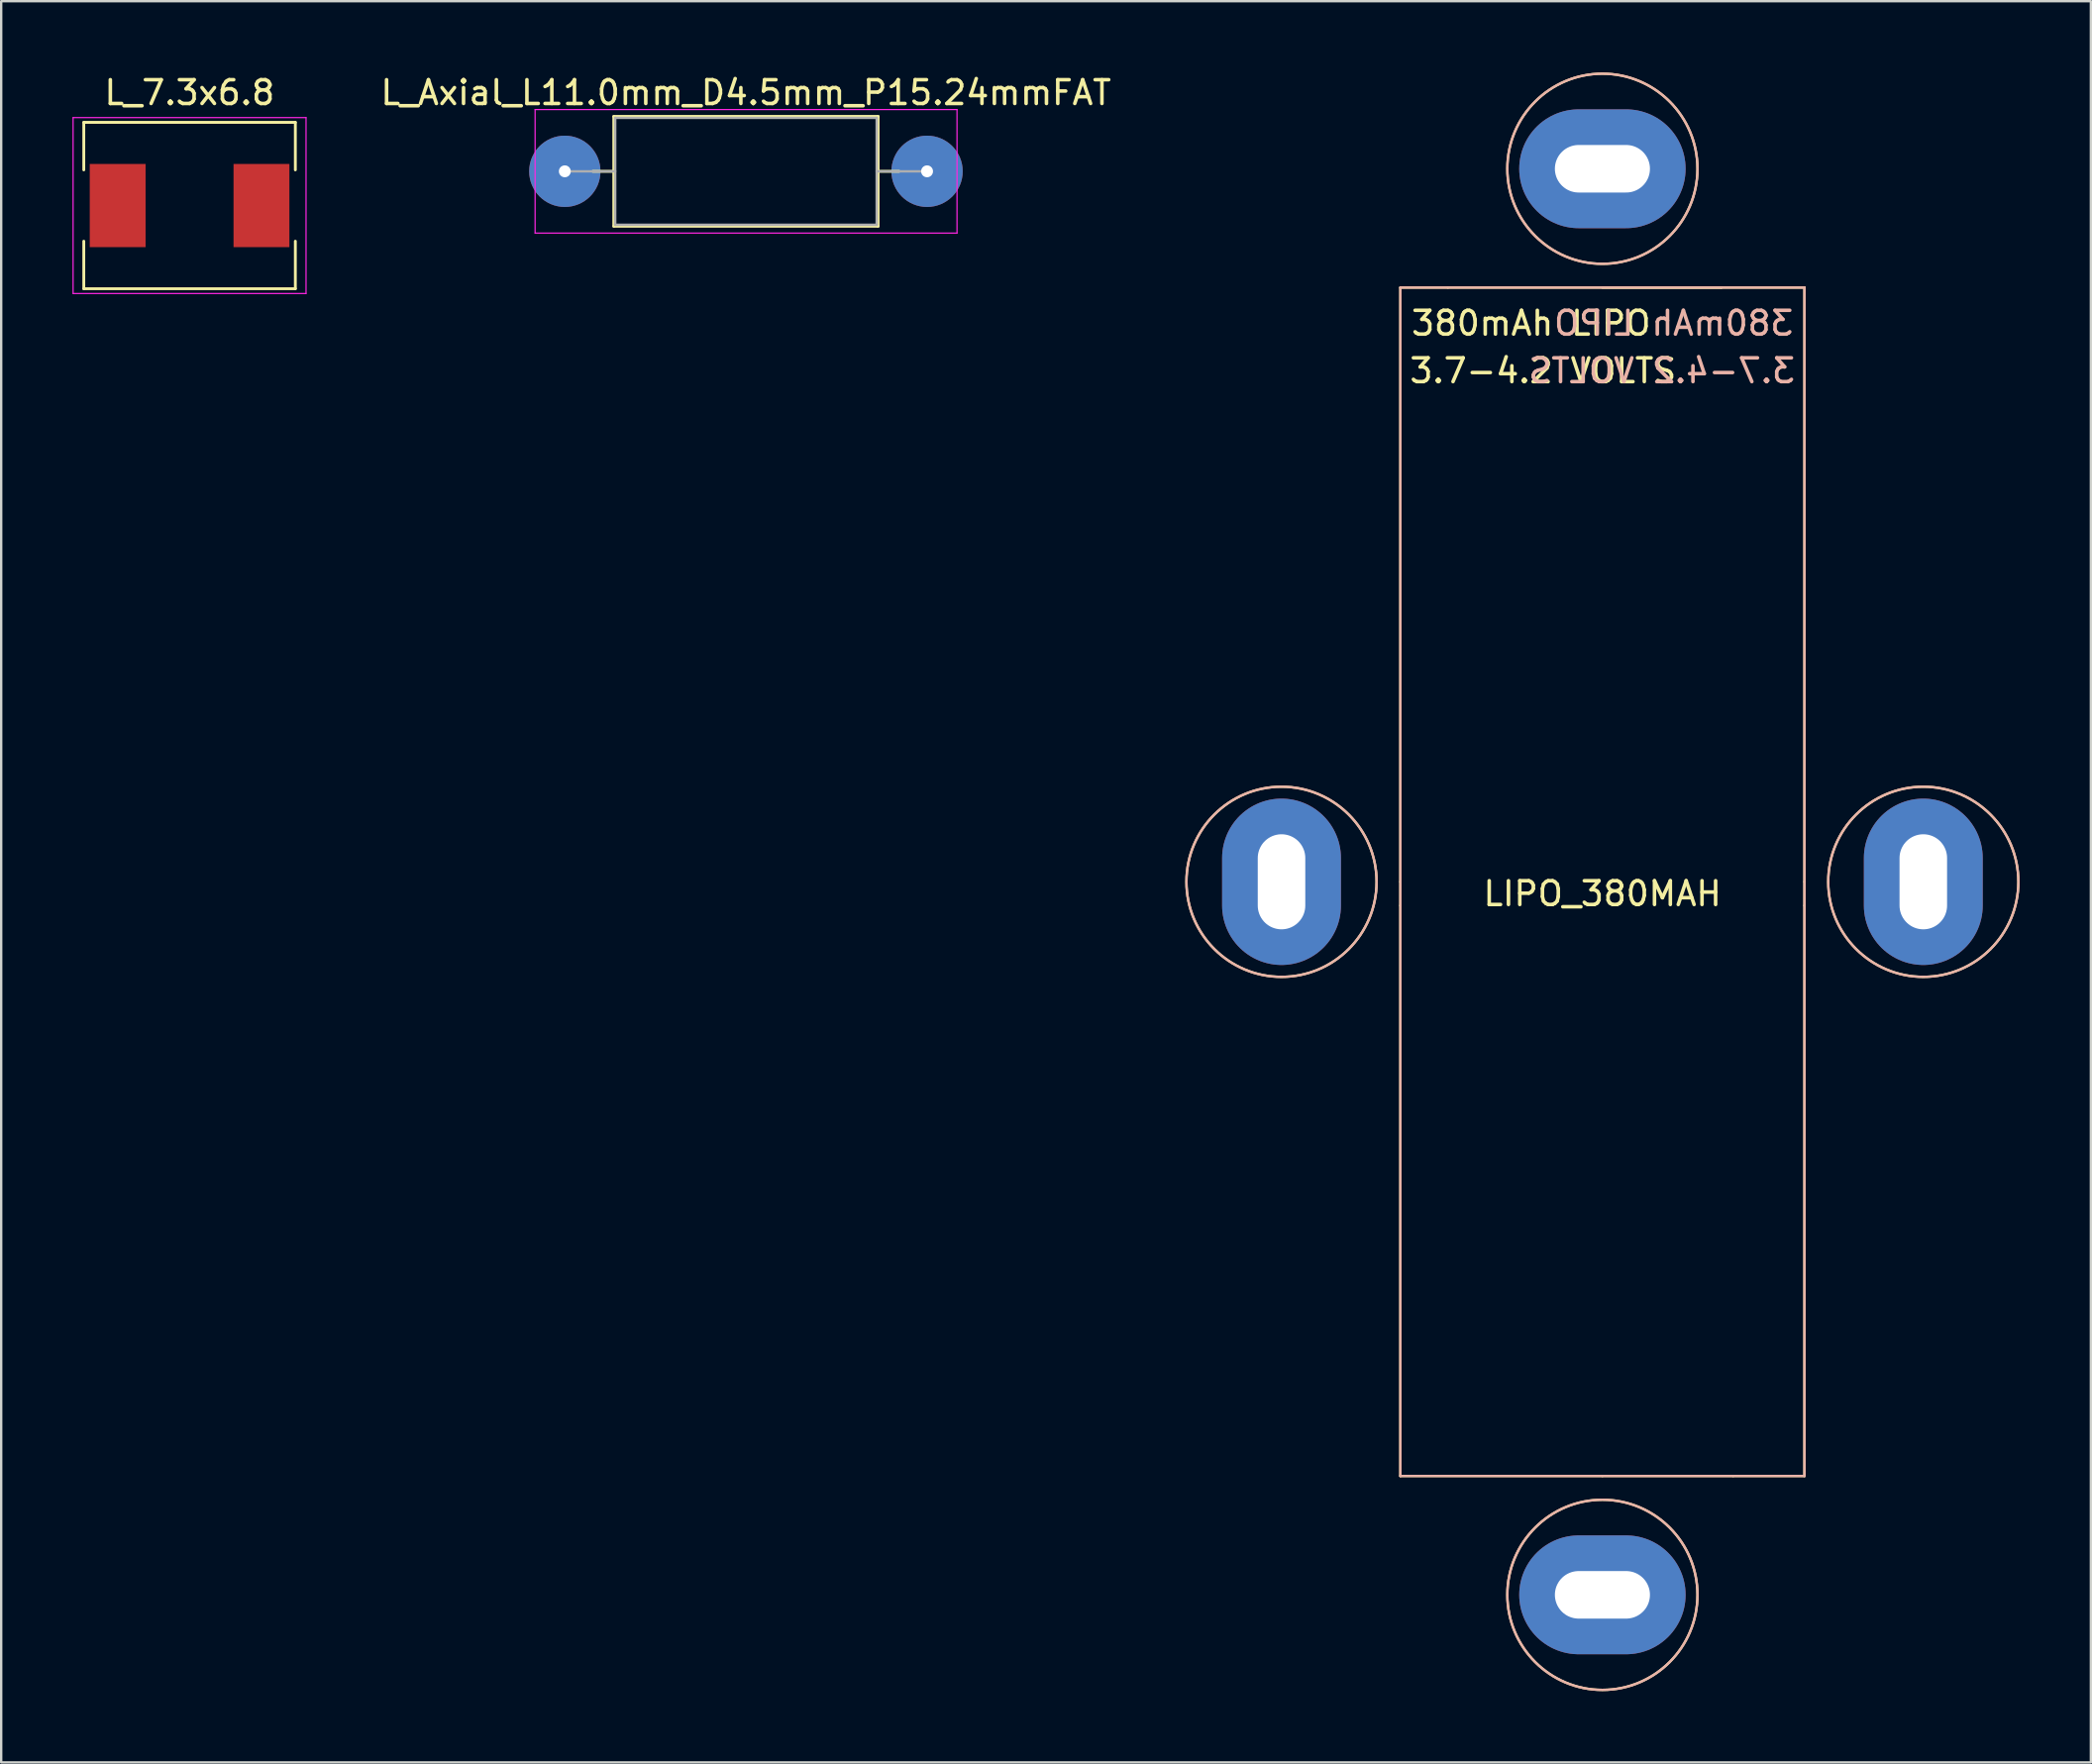
<source format=kicad_pcb>
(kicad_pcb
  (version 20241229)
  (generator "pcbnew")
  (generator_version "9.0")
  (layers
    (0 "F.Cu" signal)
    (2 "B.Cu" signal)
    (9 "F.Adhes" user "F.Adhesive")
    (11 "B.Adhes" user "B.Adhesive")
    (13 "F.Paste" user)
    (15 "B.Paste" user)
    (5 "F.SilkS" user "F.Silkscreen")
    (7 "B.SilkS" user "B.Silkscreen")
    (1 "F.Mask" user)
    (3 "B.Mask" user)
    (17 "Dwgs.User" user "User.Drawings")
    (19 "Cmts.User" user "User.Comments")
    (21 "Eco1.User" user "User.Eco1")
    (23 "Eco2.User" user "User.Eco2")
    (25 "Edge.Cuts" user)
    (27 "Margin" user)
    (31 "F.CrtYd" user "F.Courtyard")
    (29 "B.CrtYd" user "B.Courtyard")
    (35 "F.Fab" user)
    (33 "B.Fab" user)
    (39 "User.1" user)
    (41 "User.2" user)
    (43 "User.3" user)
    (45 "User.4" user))
  (footprint "L_7.3x6.8"
    (layer "F.Cu")
    (at 4.925 5.598)
    (property "Reference" "L_7.3x6.8" (at 0 -4.75 0) (layer "F.SilkS") (effects (font (size 1 1) (thickness 0.15))))
    (attr smd)
    (fp_line (start -4.45 -3.5) (end 4.45 -3.5) (stroke (width 0.12) (type solid)) (layer "F.SilkS"))
    (fp_line (start -4.45 -1.5) (end -4.45 -3.5) (stroke (width 0.12) (type solid)) (layer "F.SilkS"))
    (fp_line (start -4.45 3.5) (end -4.45 1.5) (stroke (width 0.12) (type solid)) (layer "F.SilkS"))
    (fp_line (start 4.45 -3.5) (end 4.45 -1.5) (stroke (width 0.12) (type solid)) (layer "F.SilkS"))
    (fp_line (start 4.45 1.5) (end 4.45 3.5) (stroke (width 0.12) (type solid)) (layer "F.SilkS"))
    (fp_line (start 4.45 3.5) (end -4.45 3.5) (stroke (width 0.12) (type solid)) (layer "F.SilkS"))
    (fp_line (start -4.9 -3.7) (end -4.9 3.7) (stroke (width 0.05) (type solid)) (layer "F.CrtYd"))
    (fp_line (start -4.9 3.7) (end 4.9 3.7) (stroke (width 0.05) (type solid)) (layer "F.CrtYd"))
    (fp_line (start 4.9 -3.7) (end -4.9 -3.7) (stroke (width 0.05) (type solid)) (layer "F.CrtYd"))
    (fp_line (start 4.9 3.7) (end 4.9 -3.7) (stroke (width 0.05) (type solid)) (layer "F.CrtYd"))
    (pad "1" smd rect (at -3.025 0) (size 2.35 3.5) (layers "F.Cu" "F.Mask" "F.Paste"))
    (pad "2" smd rect (at 3.025 0) (size 2.35 3.5) (layers "F.Cu" "F.Mask" "F.Paste")))
  (footprint "LIPO_380MAH"
    (layer "F.Cu")
    (at 64.364 34.05)
    (property "Reference" "LIPO_380MAH" (at 0 0.5 0) (layer "F.SilkS") (effects (font (size 1 1) (thickness 0.15))))
    (attr through_hole)
    (fp_line (start -8.5 -25) (end -6.5 -25) (stroke (width 0.1) (type solid)) (layer "F.SilkS"))
    (fp_line (start -8.5 0) (end -8.5 -25) (stroke (width 0.1) (type solid)) (layer "F.SilkS"))
    (fp_line (start -8.5 0) (end -8.5 1) (stroke (width 0.1) (type solid)) (layer "F.SilkS"))
    (fp_line (start -8.5 1) (end -8.5 25) (stroke (width 0.1) (type solid)) (layer "F.SilkS"))
    (fp_line (start -8.5 25) (end 0 25) (stroke (width 0.1) (type solid)) (layer "F.SilkS"))
    (fp_line (start 0 -25) (end 5 -25) (stroke (width 0.1) (type solid)) (layer "F.SilkS"))
    (fp_line (start 0 25) (end 5.5 25) (stroke (width 0.1) (type solid)) (layer "F.SilkS"))
    (fp_line (start 5 -25) (end -6.5 -25) (stroke (width 0.1) (type solid)) (layer "F.SilkS"))
    (fp_line (start 8.5 -25) (end 5 -25) (stroke (width 0.1) (type solid)) (layer "F.SilkS"))
    (fp_line (start 8.5 0) (end 8.5 -25) (stroke (width 0.1) (type solid)) (layer "F.SilkS"))
    (fp_line (start 8.5 0) (end 8.5 1) (stroke (width 0.1) (type solid)) (layer "F.SilkS"))
    (fp_line (start 8.5 1) (end 8.5 25) (stroke (width 0.1) (type solid)) (layer "F.SilkS"))
    (fp_line (start 8.5 25) (end 5.5 25) (stroke (width 0.1) (type solid)) (layer "F.SilkS"))
    (fp_circle (center -13.5 0) (end -9.5 0) (stroke (width 0.1) (type solid)) (fill no) (layer "F.SilkS"))
    (fp_circle (center 0 -30) (end 4 -30) (stroke (width 0.1) (type solid)) (fill no) (layer "F.SilkS"))
    (fp_circle (center 0 30) (end 4 30) (stroke (width 0.1) (type solid)) (fill no) (layer "F.SilkS"))
    (fp_circle (center 13.5 0) (end 17.5 0) (stroke (width 0.1) (type solid)) (fill no) (layer "F.SilkS"))
    (fp_line (start -8.5 -25) (end 8.5 -25) (stroke (width 0.1) (type solid)) (layer "B.SilkS"))
    (fp_line (start -8.5 25) (end -8.5 -25) (stroke (width 0.1) (type solid)) (layer "B.SilkS"))
    (fp_line (start 8.5 -25) (end 8.5 25) (stroke (width 0.1) (type solid)) (layer "B.SilkS"))
    (fp_line (start 8.5 25) (end -8.5 25) (stroke (width 0.1) (type solid)) (layer "B.SilkS"))
    (fp_circle (center -13.5 0) (end -13.5 -4) (stroke (width 0.1) (type solid)) (fill no) (layer "B.SilkS"))
    (fp_circle (center 0 -30) (end 4 -30) (stroke (width 0.1) (type solid)) (fill no) (layer "B.SilkS"))
    (fp_circle (center 0 30) (end 4 30) (stroke (width 0.1) (type solid)) (fill no) (layer "B.SilkS"))
    (fp_circle (center 13.5 0) (end 13.5 -4) (stroke (width 0.1) (type solid)) (fill no) (layer "B.SilkS"))
    (fp_text user "380mAh LIPO" (at -3 -23.5 0) (layer "F.SilkS") (effects (font (size 1 1) (thickness 0.15))))
    (fp_text user "3.7-4.2 VOLTS" (at -2.5 -21.5 0) (layer "F.SilkS") (effects (font (size 1 1) (thickness 0.15))))
    (fp_text user "3.7-4.2 VOLTS" (at 2.5 -21.5 0) (layer "B.SilkS") (effects (font (size 1 1) (thickness 0.15)) (justify mirror)))
    (fp_text user "380mAh LIPO" (at 3 -23.5 0) (layer "B.SilkS") (effects (font (size 1 1) (thickness 0.15)) (justify mirror)))
    (pad "1" thru_hole oval (at 13.5 0) (size 5 7) (drill oval 2 4) (layers "*.Cu" "*.Mask"))
    (pad "2" thru_hole oval (at -13.5 0) (size 5 7) (drill oval 2 4) (layers "*.Cu" "*.Mask"))
    (pad "3" thru_hole oval (at 0 -30 90) (size 5 7) (drill oval 2 4) (layers "*.Cu" "*.Mask"))
    (pad "4" thru_hole oval (at 0 30 90) (size 5 7) (drill oval 2 4) (layers "*.Cu" "*.Mask")))
  (footprint "L_Axial_L11.0mm_D4.5mm_P15.24mmFAT"
    (layer "F.Cu")
    (at 20.712 4.158)
    (property "Reference" "L_Axial_L11.0mm_D4.5mm_P15.24mmFAT" (at 7.62 -3.31 0) (layer "F.SilkS") (effects (font (size 1 1) (thickness 0.15))))
    (attr through_hole)
    (fp_line (start 1.18 0) (end 2.06 0) (stroke (width 0.12) (type solid)) (layer "F.SilkS"))
    (fp_line (start 2.06 -2.31) (end 2.06 2.31) (stroke (width 0.12) (type solid)) (layer "F.SilkS"))
    (fp_line (start 2.06 2.31) (end 13.18 2.31) (stroke (width 0.12) (type solid)) (layer "F.SilkS"))
    (fp_line (start 13.18 -2.31) (end 2.06 -2.31) (stroke (width 0.12) (type solid)) (layer "F.SilkS"))
    (fp_line (start 13.18 2.31) (end 13.18 -2.31) (stroke (width 0.12) (type solid)) (layer "F.SilkS"))
    (fp_line (start 14.06 0) (end 13.18 0) (stroke (width 0.12) (type solid)) (layer "F.SilkS"))
    (fp_line (start -1.25 -2.6) (end -1.25 2.6) (stroke (width 0.05) (type solid)) (layer "F.CrtYd"))
    (fp_line (start -1.25 2.6) (end 16.5 2.6) (stroke (width 0.05) (type solid)) (layer "F.CrtYd"))
    (fp_line (start 16.5 -2.6) (end -1.25 -2.6) (stroke (width 0.05) (type solid)) (layer "F.CrtYd"))
    (fp_line (start 16.5 2.6) (end 16.5 -2.6) (stroke (width 0.05) (type solid)) (layer "F.CrtYd"))
    (fp_line (start 0 0) (end 2.12 0) (stroke (width 0.1) (type solid)) (layer "F.Fab"))
    (fp_line (start 2.12 -2.25) (end 2.12 2.25) (stroke (width 0.1) (type solid)) (layer "F.Fab"))
    (fp_line (start 2.12 2.25) (end 13.12 2.25) (stroke (width 0.1) (type solid)) (layer "F.Fab"))
    (fp_line (start 13.12 -2.25) (end 2.12 -2.25) (stroke (width 0.1) (type solid)) (layer "F.Fab"))
    (fp_line (start 13.12 2.25) (end 13.12 -2.25) (stroke (width 0.1) (type solid)) (layer "F.Fab"))
    (fp_line (start 15.24 0) (end 13.12 0) (stroke (width 0.1) (type solid)) (layer "F.Fab"))
    (pad "1" thru_hole circle (at 0 0) (size 3 3) (drill 0.5) (layers "*.Cu" "*.Mask"))
    (pad "2" thru_hole circle (at 15.24 0) (size 3 3) (drill 0.5) (layers "*.Cu" "*.Mask")))
  (gr_rect
    (start -3 -3)
    (end 84.914 71.1)
    (stroke (width 0.1) (type default))
    (fill no)
    (layer "Edge.Cuts")))
</source>
